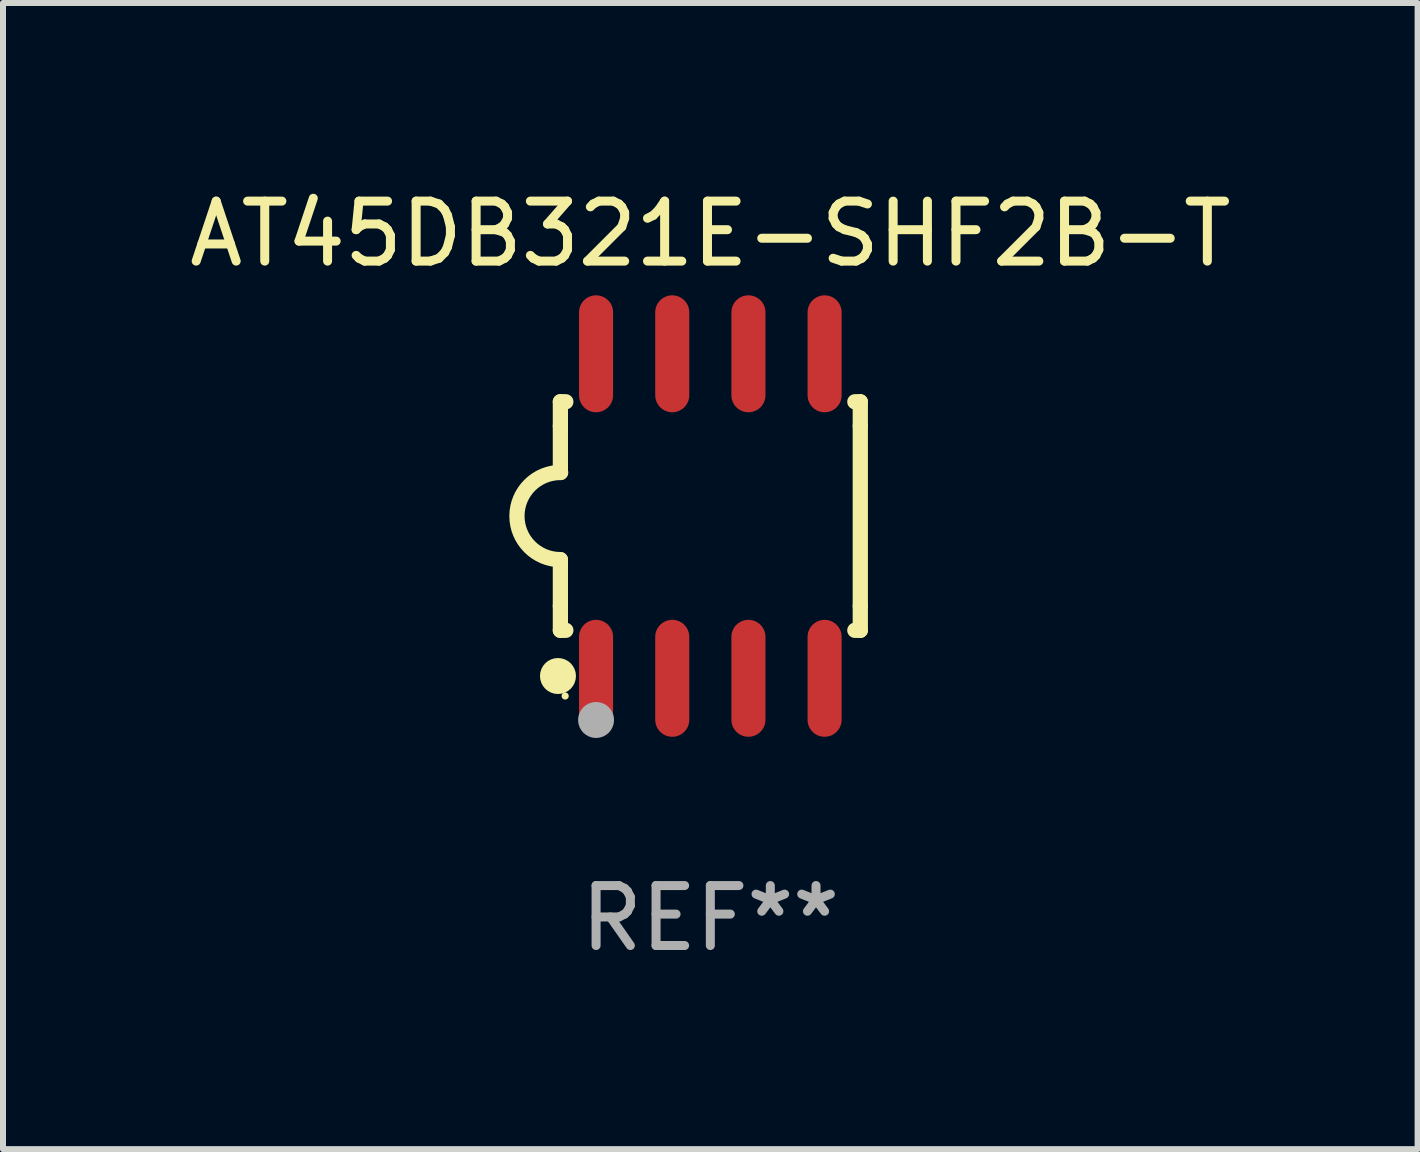
<source format=kicad_pcb>
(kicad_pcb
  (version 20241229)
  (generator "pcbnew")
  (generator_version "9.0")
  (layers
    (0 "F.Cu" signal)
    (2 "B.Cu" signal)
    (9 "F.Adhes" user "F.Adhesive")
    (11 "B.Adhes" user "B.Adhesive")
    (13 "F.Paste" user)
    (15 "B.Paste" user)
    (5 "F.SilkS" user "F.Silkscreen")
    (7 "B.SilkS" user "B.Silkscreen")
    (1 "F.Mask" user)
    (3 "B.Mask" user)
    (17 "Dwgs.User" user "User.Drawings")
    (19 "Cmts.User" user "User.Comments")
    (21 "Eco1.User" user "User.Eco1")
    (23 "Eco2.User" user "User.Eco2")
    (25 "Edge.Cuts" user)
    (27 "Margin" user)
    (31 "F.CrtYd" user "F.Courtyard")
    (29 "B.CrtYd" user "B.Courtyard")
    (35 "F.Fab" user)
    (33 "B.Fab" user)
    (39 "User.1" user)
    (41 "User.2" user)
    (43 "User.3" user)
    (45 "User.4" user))
  (footprint "AT45DB321E-SHF2B-T"
    (layer "F.Cu")
    (at 8.792 5.553)
    (property "Reference" "AT45DB321E-SHF2B-T" (at 0 -4.705 0) (layer "F.SilkS") (effects (font (size 1 1) (thickness 0.15))))
    (attr through_hole)
    (fp_line (start -2.5 -1.905) (end -2.409 -1.905) (stroke (width 0.254) (type solid)) (layer "F.SilkS"))
    (fp_line (start -2.5 -1.5) (end -2.5 -1.905) (stroke (width 0.254) (type solid)) (layer "F.SilkS"))
    (fp_line (start -2.5 -1.5) (end -2.5 -0.726) (stroke (width 0.254) (type solid)) (layer "F.SilkS"))
    (fp_line (start -2.5 1.5) (end -2.5 0.727) (stroke (width 0.254) (type solid)) (layer "F.SilkS"))
    (fp_line (start -2.5 1.5) (end -2.5 1.905) (stroke (width 0.254) (type solid)) (layer "F.SilkS"))
    (fp_line (start -2.5 1.905) (end -2.409 1.905) (stroke (width 0.254) (type solid)) (layer "F.SilkS"))
    (fp_line (start 2.5 -1.905) (end 2.409 -1.905) (stroke (width 0.254) (type solid)) (layer "F.SilkS"))
    (fp_line (start 2.5 -1.5) (end 2.5 -1.905) (stroke (width 0.254) (type solid)) (layer "F.SilkS"))
    (fp_line (start 2.5 -1.5) (end 2.5 1.5) (stroke (width 0.254) (type solid)) (layer "F.SilkS"))
    (fp_line (start 2.5 1.5) (end 2.5 1.905) (stroke (width 0.254) (type solid)) (layer "F.SilkS"))
    (fp_line (start 2.5 1.905) (end 2.409 1.905) (stroke (width 0.254) (type solid)) (layer "F.SilkS"))
    (fp_arc (start -2.5 0.726568) (mid -3.220316 -0.0023) (end -2.495097 -0.726289) (stroke (width 0.254001) (type solid)) (layer "F.SilkS"))
    (fp_circle (center -2.54 2.667) (end -2.39 2.667) (stroke (width 0.3) (type solid)) (fill no) (layer "F.SilkS"))
    (fp_circle (center -2.42 3) (end -2.39 3) (stroke (width 0.06) (type solid)) (fill no) (layer "F.SilkS"))
    (fp_circle (center -1.905 3.4) (end -1.755 3.4) (stroke (width 0.3) (type solid)) (fill no) (layer "F.Fab"))
    (fp_text user "REF**" (at 0 6.705 0) (layer "F.Fab") (effects (font (size 1 1) (thickness 0.15))))
    (pad "1" smd oval (at -1.905 2.705) (size 0.568 1.95) (layers "F.Cu" "F.Mask" "F.Paste"))
    (pad "2" smd oval (at -0.635 2.705) (size 0.568 1.95) (layers "F.Cu" "F.Mask" "F.Paste"))
    (pad "3" smd oval (at 0.635 2.705) (size 0.568 1.95) (layers "F.Cu" "F.Mask" "F.Paste"))
    (pad "4" smd oval (at 1.905 2.705) (size 0.568 1.95) (layers "F.Cu" "F.Mask" "F.Paste"))
    (pad "5" smd oval (at 1.905 -2.705) (size 0.568 1.95) (layers "F.Cu" "F.Mask" "F.Paste"))
    (pad "6" smd oval (at 0.635 -2.705) (size 0.568 1.95) (layers "F.Cu" "F.Mask" "F.Paste"))
    (pad "7" smd oval (at -0.635 -2.705) (size 0.568 1.95) (layers "F.Cu" "F.Mask" "F.Paste"))
    (pad "8" smd oval (at -1.905 -2.705) (size 0.568 1.95) (layers "F.Cu" "F.Mask" "F.Paste")))
  (gr_rect
    (start -3 -3)
    (end 20.583 16.107)
    (stroke (width 0.1) (type default))
    (fill no)
    (layer "Edge.Cuts")))
</source>
